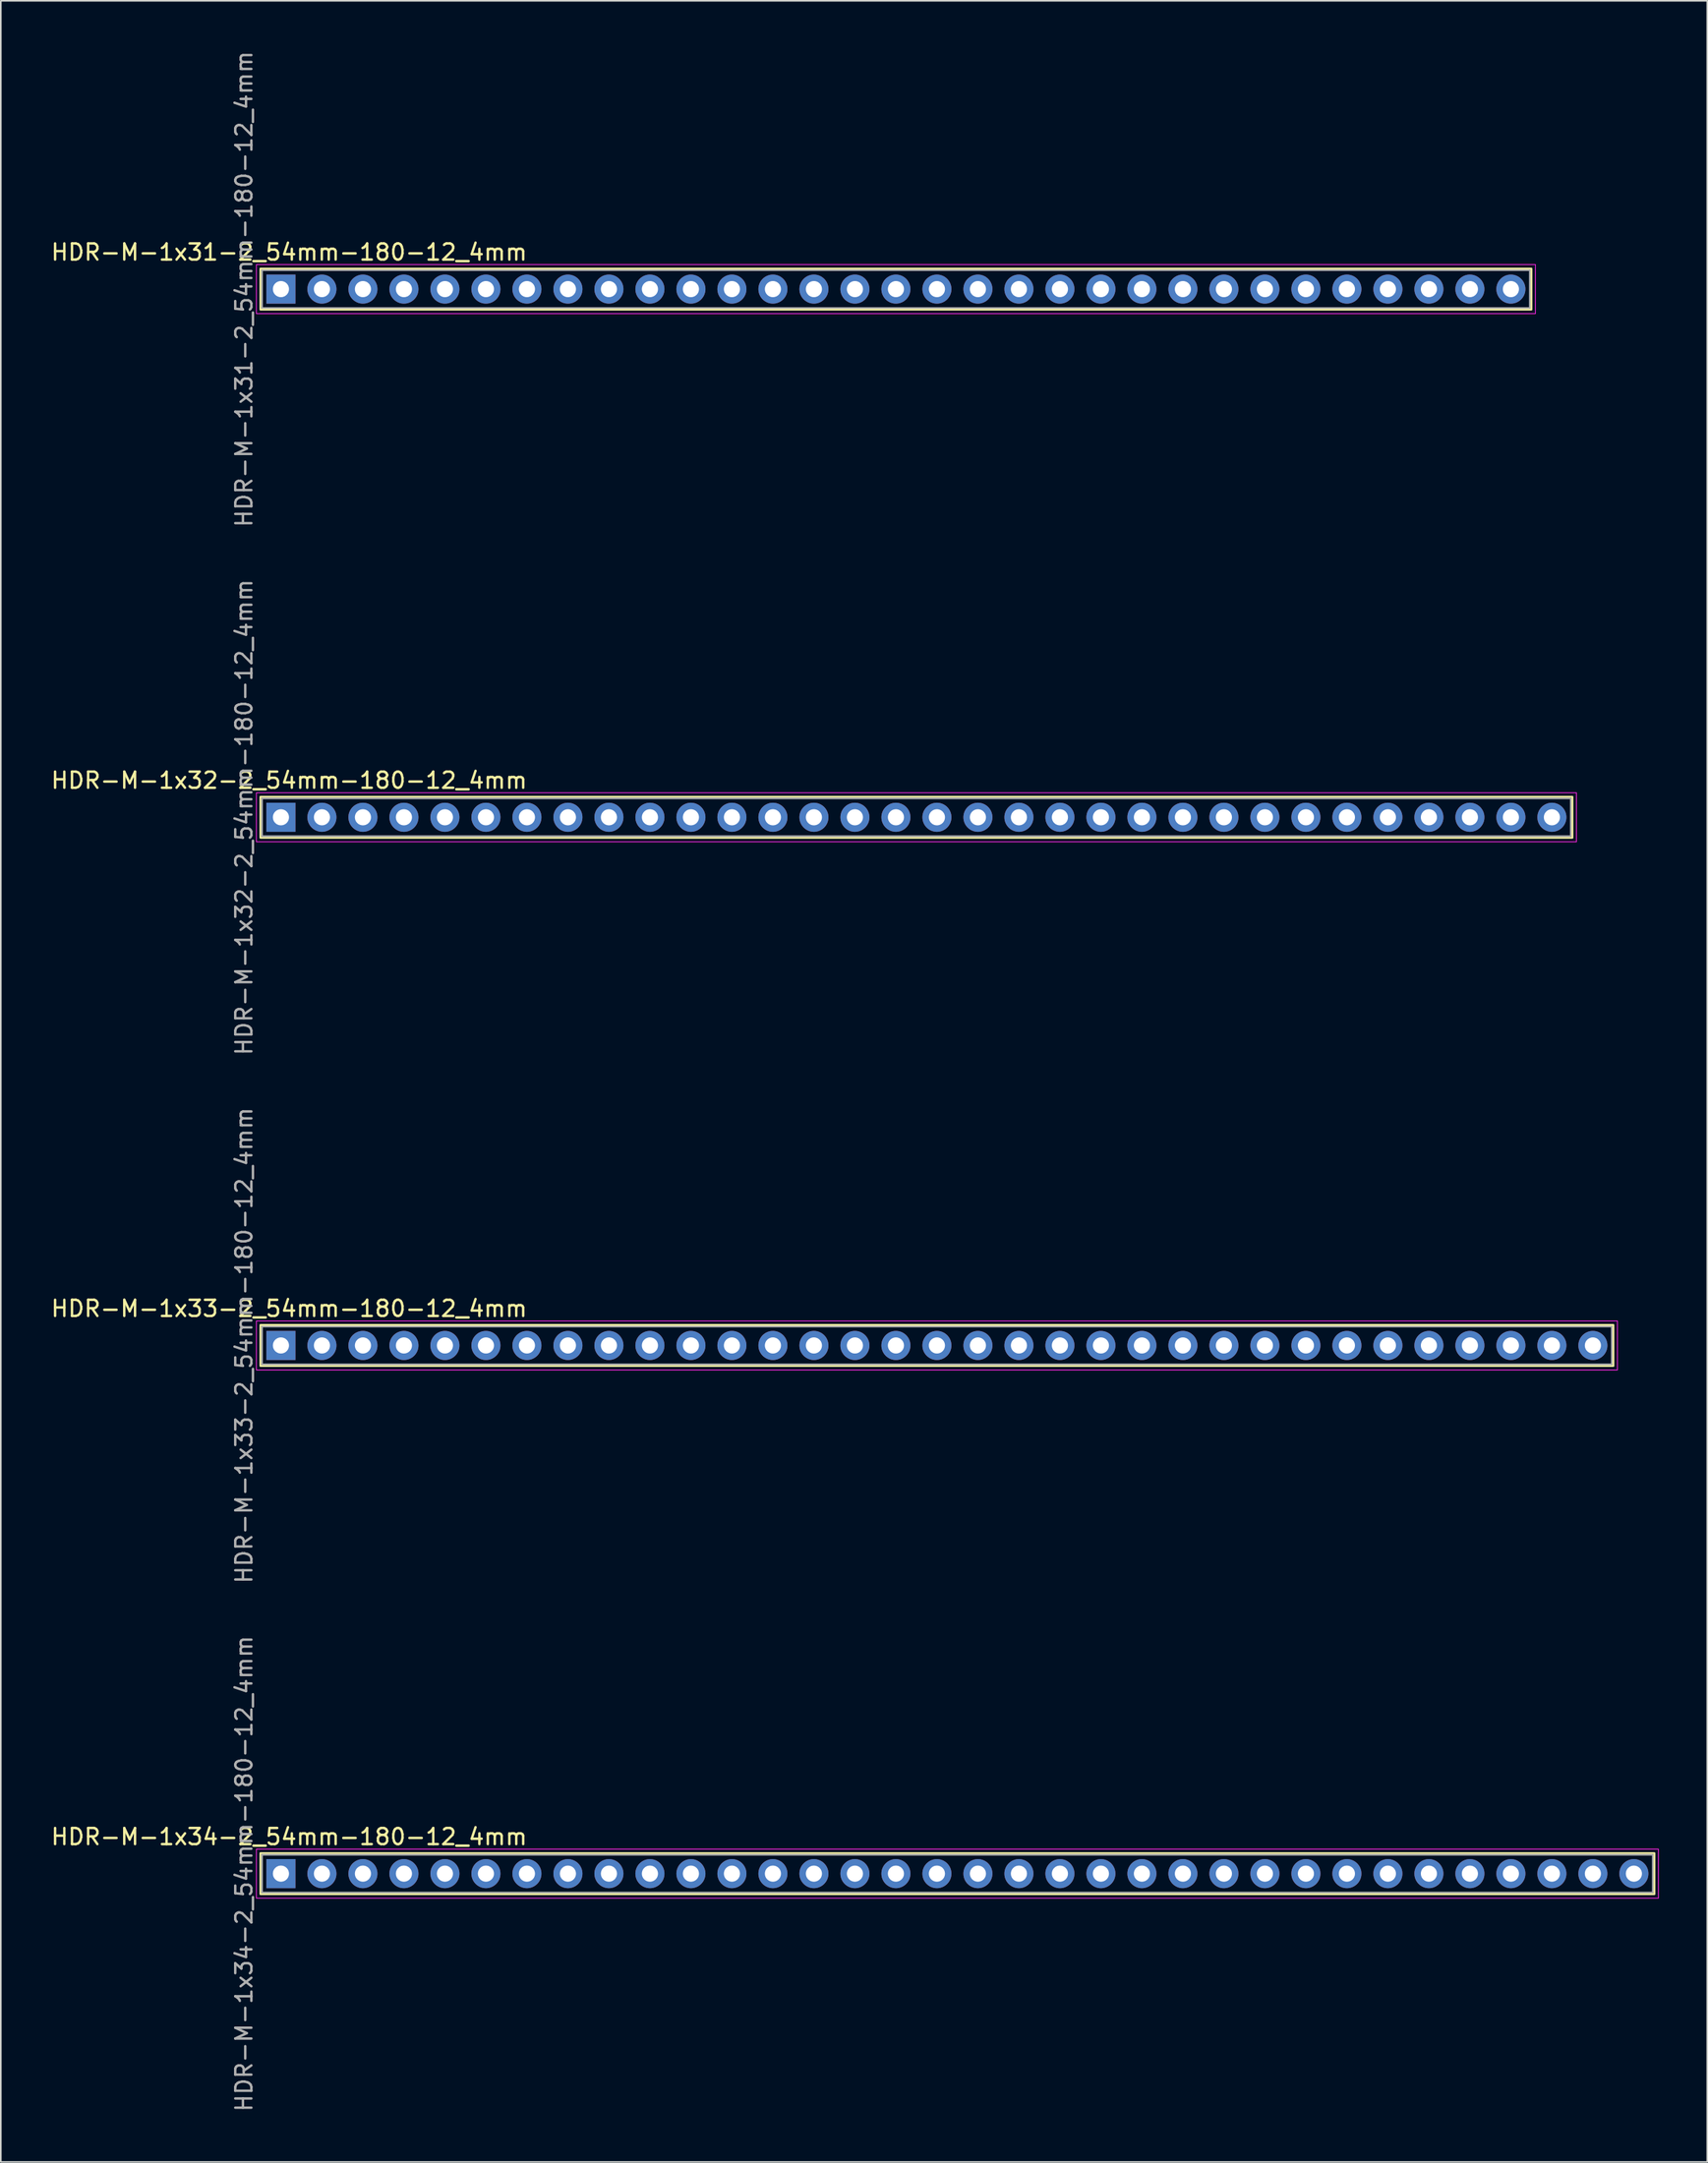
<source format=kicad_pcb>
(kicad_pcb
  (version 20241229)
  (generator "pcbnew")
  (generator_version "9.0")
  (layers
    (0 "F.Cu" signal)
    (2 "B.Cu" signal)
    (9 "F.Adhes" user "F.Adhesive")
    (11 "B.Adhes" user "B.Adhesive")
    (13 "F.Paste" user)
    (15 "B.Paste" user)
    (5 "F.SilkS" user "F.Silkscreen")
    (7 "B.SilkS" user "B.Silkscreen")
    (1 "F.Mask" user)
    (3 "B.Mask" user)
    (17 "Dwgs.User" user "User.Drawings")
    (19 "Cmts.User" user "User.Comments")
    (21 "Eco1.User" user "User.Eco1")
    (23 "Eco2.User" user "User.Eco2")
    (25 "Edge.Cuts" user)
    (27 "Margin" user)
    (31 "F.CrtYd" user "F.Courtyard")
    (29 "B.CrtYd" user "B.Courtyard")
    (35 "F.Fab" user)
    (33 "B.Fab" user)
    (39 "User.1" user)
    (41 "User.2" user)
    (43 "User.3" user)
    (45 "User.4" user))
  (footprint "HDR-M-1x34-2_54mm-180-12_4mm"
    (layer "F.Cu")
    (at 14.355 113.042)
    (property "Reference" "HDR-M-1x34-2_54mm-180-12_4mm" (at 0.508 -2.286 0) (unlocked yes) (layer "F.SilkS") (effects (font (size 1 1) (thickness 0.15))))
    (attr through_hole)
    (fp_rect (start -1.27 -1.27) (end 85.09 1.27) (stroke (width 0.12) (type solid)) (fill no) (layer "F.SilkS"))
    (fp_rect (start -1.52 -1.52) (end 85.34 1.52) (stroke (width 0.05) (type solid)) (fill no) (layer "F.CrtYd"))
    (fp_rect (start -1.17 -1.17) (end 84.99 1.17) (stroke (width 0.1) (type solid)) (fill no) (layer "F.Fab"))
    (fp_text user "${REFERENCE}" (at -2.286 0 90) (unlocked yes) (layer "F.Fab") (effects (font (size 1 1) (thickness 0.15))))
    (pad "1" thru_hole rect (at 0 0) (size 1.8 1.8) (drill 1) (layers "*.Cu" "*.Mask"))
    (pad "2" thru_hole circle (at 2.54 0) (size 1.8 1.8) (drill 1) (layers "*.Cu" "*.Mask"))
    (pad "3" thru_hole circle (at 5.08 0) (size 1.8 1.8) (drill 1) (layers "*.Cu" "*.Mask"))
    (pad "4" thru_hole circle (at 7.62 0) (size 1.8 1.8) (drill 1) (layers "*.Cu" "*.Mask"))
    (pad "5" thru_hole circle (at 10.16 0) (size 1.8 1.8) (drill 1) (layers "*.Cu" "*.Mask"))
    (pad "6" thru_hole circle (at 12.7 0) (size 1.8 1.8) (drill 1) (layers "*.Cu" "*.Mask"))
    (pad "7" thru_hole circle (at 15.24 0) (size 1.8 1.8) (drill 1) (layers "*.Cu" "*.Mask"))
    (pad "8" thru_hole circle (at 17.78 0) (size 1.8 1.8) (drill 1) (layers "*.Cu" "*.Mask"))
    (pad "9" thru_hole circle (at 20.32 0) (size 1.8 1.8) (drill 1) (layers "*.Cu" "*.Mask"))
    (pad "10" thru_hole circle (at 22.86 0) (size 1.8 1.8) (drill 1) (layers "*.Cu" "*.Mask"))
    (pad "11" thru_hole circle (at 25.4 0) (size 1.8 1.8) (drill 1) (layers "*.Cu" "*.Mask"))
    (pad "12" thru_hole circle (at 27.94 0) (size 1.8 1.8) (drill 1) (layers "*.Cu" "*.Mask"))
    (pad "13" thru_hole circle (at 30.48 0) (size 1.8 1.8) (drill 1) (layers "*.Cu" "*.Mask"))
    (pad "14" thru_hole circle (at 33.02 0) (size 1.8 1.8) (drill 1) (layers "*.Cu" "*.Mask"))
    (pad "15" thru_hole circle (at 35.56 0) (size 1.8 1.8) (drill 1) (layers "*.Cu" "*.Mask"))
    (pad "16" thru_hole circle (at 38.1 0) (size 1.8 1.8) (drill 1) (layers "*.Cu" "*.Mask"))
    (pad "17" thru_hole circle (at 40.64 0) (size 1.8 1.8) (drill 1) (layers "*.Cu" "*.Mask"))
    (pad "18" thru_hole circle (at 43.18 0) (size 1.8 1.8) (drill 1) (layers "*.Cu" "*.Mask"))
    (pad "19" thru_hole circle (at 45.72 0) (size 1.8 1.8) (drill 1) (layers "*.Cu" "*.Mask"))
    (pad "20" thru_hole circle (at 48.26 0) (size 1.8 1.8) (drill 1) (layers "*.Cu" "*.Mask"))
    (pad "21" thru_hole circle (at 50.8 0) (size 1.8 1.8) (drill 1) (layers "*.Cu" "*.Mask"))
    (pad "22" thru_hole circle (at 53.34 0) (size 1.8 1.8) (drill 1) (layers "*.Cu" "*.Mask"))
    (pad "23" thru_hole circle (at 55.88 0) (size 1.8 1.8) (drill 1) (layers "*.Cu" "*.Mask"))
    (pad "24" thru_hole circle (at 58.42 0) (size 1.8 1.8) (drill 1) (layers "*.Cu" "*.Mask"))
    (pad "25" thru_hole circle (at 60.96 0) (size 1.8 1.8) (drill 1) (layers "*.Cu" "*.Mask"))
    (pad "26" thru_hole circle (at 63.5 0) (size 1.8 1.8) (drill 1) (layers "*.Cu" "*.Mask"))
    (pad "27" thru_hole circle (at 66.04 0) (size 1.8 1.8) (drill 1) (layers "*.Cu" "*.Mask"))
    (pad "28" thru_hole circle (at 68.58 0) (size 1.8 1.8) (drill 1) (layers "*.Cu" "*.Mask"))
    (pad "29" thru_hole circle (at 71.12 0) (size 1.8 1.8) (drill 1) (layers "*.Cu" "*.Mask"))
    (pad "30" thru_hole circle (at 73.66 0) (size 1.8 1.8) (drill 1) (layers "*.Cu" "*.Mask"))
    (pad "31" thru_hole circle (at 76.2 0) (size 1.8 1.8) (drill 1) (layers "*.Cu" "*.Mask"))
    (pad "32" thru_hole circle (at 78.74 0) (size 1.8 1.8) (drill 1) (layers "*.Cu" "*.Mask"))
    (pad "33" thru_hole circle (at 81.28 0) (size 1.8 1.8) (drill 1) (layers "*.Cu" "*.Mask"))
    (pad "34" thru_hole circle (at 83.82 0) (size 1.8 1.8) (drill 1) (layers "*.Cu" "*.Mask")))
  (footprint "HDR-M-1x31-2_54mm-180-12_4mm"
    (layer "F.Cu")
    (at 14.355 14.863)
    (property "Reference" "HDR-M-1x31-2_54mm-180-12_4mm" (at 0.508 -2.286 0) (unlocked yes) (layer "F.SilkS") (effects (font (size 1 1) (thickness 0.15))))
    (attr through_hole)
    (fp_rect (start -1.27 -1.27) (end 77.47 1.27) (stroke (width 0.12) (type solid)) (fill no) (layer "F.SilkS"))
    (fp_rect (start -1.52 -1.52) (end 77.72 1.52) (stroke (width 0.05) (type solid)) (fill no) (layer "F.CrtYd"))
    (fp_rect (start -1.17 -1.17) (end 77.37 1.17) (stroke (width 0.1) (type solid)) (fill no) (layer "F.Fab"))
    (fp_text user "${REFERENCE}" (at -2.286 0 90) (unlocked yes) (layer "F.Fab") (effects (font (size 1 1) (thickness 0.15))))
    (pad "1" thru_hole rect (at 0 0) (size 1.8 1.8) (drill 1) (layers "*.Cu" "*.Mask"))
    (pad "2" thru_hole circle (at 2.54 0) (size 1.8 1.8) (drill 1) (layers "*.Cu" "*.Mask"))
    (pad "3" thru_hole circle (at 5.08 0) (size 1.8 1.8) (drill 1) (layers "*.Cu" "*.Mask"))
    (pad "4" thru_hole circle (at 7.62 0) (size 1.8 1.8) (drill 1) (layers "*.Cu" "*.Mask"))
    (pad "5" thru_hole circle (at 10.16 0) (size 1.8 1.8) (drill 1) (layers "*.Cu" "*.Mask"))
    (pad "6" thru_hole circle (at 12.7 0) (size 1.8 1.8) (drill 1) (layers "*.Cu" "*.Mask"))
    (pad "7" thru_hole circle (at 15.24 0) (size 1.8 1.8) (drill 1) (layers "*.Cu" "*.Mask"))
    (pad "8" thru_hole circle (at 17.78 0) (size 1.8 1.8) (drill 1) (layers "*.Cu" "*.Mask"))
    (pad "9" thru_hole circle (at 20.32 0) (size 1.8 1.8) (drill 1) (layers "*.Cu" "*.Mask"))
    (pad "10" thru_hole circle (at 22.86 0) (size 1.8 1.8) (drill 1) (layers "*.Cu" "*.Mask"))
    (pad "11" thru_hole circle (at 25.4 0) (size 1.8 1.8) (drill 1) (layers "*.Cu" "*.Mask"))
    (pad "12" thru_hole circle (at 27.94 0) (size 1.8 1.8) (drill 1) (layers "*.Cu" "*.Mask"))
    (pad "13" thru_hole circle (at 30.48 0) (size 1.8 1.8) (drill 1) (layers "*.Cu" "*.Mask"))
    (pad "14" thru_hole circle (at 33.02 0) (size 1.8 1.8) (drill 1) (layers "*.Cu" "*.Mask"))
    (pad "15" thru_hole circle (at 35.56 0) (size 1.8 1.8) (drill 1) (layers "*.Cu" "*.Mask"))
    (pad "16" thru_hole circle (at 38.1 0) (size 1.8 1.8) (drill 1) (layers "*.Cu" "*.Mask"))
    (pad "17" thru_hole circle (at 40.64 0) (size 1.8 1.8) (drill 1) (layers "*.Cu" "*.Mask"))
    (pad "18" thru_hole circle (at 43.18 0) (size 1.8 1.8) (drill 1) (layers "*.Cu" "*.Mask"))
    (pad "19" thru_hole circle (at 45.72 0) (size 1.8 1.8) (drill 1) (layers "*.Cu" "*.Mask"))
    (pad "20" thru_hole circle (at 48.26 0) (size 1.8 1.8) (drill 1) (layers "*.Cu" "*.Mask"))
    (pad "21" thru_hole circle (at 50.8 0) (size 1.8 1.8) (drill 1) (layers "*.Cu" "*.Mask"))
    (pad "22" thru_hole circle (at 53.34 0) (size 1.8 1.8) (drill 1) (layers "*.Cu" "*.Mask"))
    (pad "23" thru_hole circle (at 55.88 0) (size 1.8 1.8) (drill 1) (layers "*.Cu" "*.Mask"))
    (pad "24" thru_hole circle (at 58.42 0) (size 1.8 1.8) (drill 1) (layers "*.Cu" "*.Mask"))
    (pad "25" thru_hole circle (at 60.96 0) (size 1.8 1.8) (drill 1) (layers "*.Cu" "*.Mask"))
    (pad "26" thru_hole circle (at 63.5 0) (size 1.8 1.8) (drill 1) (layers "*.Cu" "*.Mask"))
    (pad "27" thru_hole circle (at 66.04 0) (size 1.8 1.8) (drill 1) (layers "*.Cu" "*.Mask"))
    (pad "28" thru_hole circle (at 68.58 0) (size 1.8 1.8) (drill 1) (layers "*.Cu" "*.Mask"))
    (pad "29" thru_hole circle (at 71.12 0) (size 1.8 1.8) (drill 1) (layers "*.Cu" "*.Mask"))
    (pad "30" thru_hole circle (at 73.66 0) (size 1.8 1.8) (drill 1) (layers "*.Cu" "*.Mask"))
    (pad "31" thru_hole circle (at 76.2 0) (size 1.8 1.8) (drill 1) (layers "*.Cu" "*.Mask")))
  (footprint "HDR-M-1x32-2_54mm-180-12_4mm"
    (layer "F.Cu")
    (at 14.355 47.589)
    (property "Reference" "HDR-M-1x32-2_54mm-180-12_4mm" (at 0.508 -2.286 0) (unlocked yes) (layer "F.SilkS") (effects (font (size 1 1) (thickness 0.15))))
    (attr through_hole)
    (fp_rect (start -1.27 -1.27) (end 80.01 1.27) (stroke (width 0.12) (type solid)) (fill no) (layer "F.SilkS"))
    (fp_rect (start -1.52 -1.52) (end 80.26 1.52) (stroke (width 0.05) (type solid)) (fill no) (layer "F.CrtYd"))
    (fp_rect (start -1.17 -1.17) (end 79.91 1.17) (stroke (width 0.1) (type solid)) (fill no) (layer "F.Fab"))
    (fp_text user "${REFERENCE}" (at -2.286 0 90) (unlocked yes) (layer "F.Fab") (effects (font (size 1 1) (thickness 0.15))))
    (pad "1" thru_hole rect (at 0 0) (size 1.8 1.8) (drill 1) (layers "*.Cu" "*.Mask"))
    (pad "2" thru_hole circle (at 2.54 0) (size 1.8 1.8) (drill 1) (layers "*.Cu" "*.Mask"))
    (pad "3" thru_hole circle (at 5.08 0) (size 1.8 1.8) (drill 1) (layers "*.Cu" "*.Mask"))
    (pad "4" thru_hole circle (at 7.62 0) (size 1.8 1.8) (drill 1) (layers "*.Cu" "*.Mask"))
    (pad "5" thru_hole circle (at 10.16 0) (size 1.8 1.8) (drill 1) (layers "*.Cu" "*.Mask"))
    (pad "6" thru_hole circle (at 12.7 0) (size 1.8 1.8) (drill 1) (layers "*.Cu" "*.Mask"))
    (pad "7" thru_hole circle (at 15.24 0) (size 1.8 1.8) (drill 1) (layers "*.Cu" "*.Mask"))
    (pad "8" thru_hole circle (at 17.78 0) (size 1.8 1.8) (drill 1) (layers "*.Cu" "*.Mask"))
    (pad "9" thru_hole circle (at 20.32 0) (size 1.8 1.8) (drill 1) (layers "*.Cu" "*.Mask"))
    (pad "10" thru_hole circle (at 22.86 0) (size 1.8 1.8) (drill 1) (layers "*.Cu" "*.Mask"))
    (pad "11" thru_hole circle (at 25.4 0) (size 1.8 1.8) (drill 1) (layers "*.Cu" "*.Mask"))
    (pad "12" thru_hole circle (at 27.94 0) (size 1.8 1.8) (drill 1) (layers "*.Cu" "*.Mask"))
    (pad "13" thru_hole circle (at 30.48 0) (size 1.8 1.8) (drill 1) (layers "*.Cu" "*.Mask"))
    (pad "14" thru_hole circle (at 33.02 0) (size 1.8 1.8) (drill 1) (layers "*.Cu" "*.Mask"))
    (pad "15" thru_hole circle (at 35.56 0) (size 1.8 1.8) (drill 1) (layers "*.Cu" "*.Mask"))
    (pad "16" thru_hole circle (at 38.1 0) (size 1.8 1.8) (drill 1) (layers "*.Cu" "*.Mask"))
    (pad "17" thru_hole circle (at 40.64 0) (size 1.8 1.8) (drill 1) (layers "*.Cu" "*.Mask"))
    (pad "18" thru_hole circle (at 43.18 0) (size 1.8 1.8) (drill 1) (layers "*.Cu" "*.Mask"))
    (pad "19" thru_hole circle (at 45.72 0) (size 1.8 1.8) (drill 1) (layers "*.Cu" "*.Mask"))
    (pad "20" thru_hole circle (at 48.26 0) (size 1.8 1.8) (drill 1) (layers "*.Cu" "*.Mask"))
    (pad "21" thru_hole circle (at 50.8 0) (size 1.8 1.8) (drill 1) (layers "*.Cu" "*.Mask"))
    (pad "22" thru_hole circle (at 53.34 0) (size 1.8 1.8) (drill 1) (layers "*.Cu" "*.Mask"))
    (pad "23" thru_hole circle (at 55.88 0) (size 1.8 1.8) (drill 1) (layers "*.Cu" "*.Mask"))
    (pad "24" thru_hole circle (at 58.42 0) (size 1.8 1.8) (drill 1) (layers "*.Cu" "*.Mask"))
    (pad "25" thru_hole circle (at 60.96 0) (size 1.8 1.8) (drill 1) (layers "*.Cu" "*.Mask"))
    (pad "26" thru_hole circle (at 63.5 0) (size 1.8 1.8) (drill 1) (layers "*.Cu" "*.Mask"))
    (pad "27" thru_hole circle (at 66.04 0) (size 1.8 1.8) (drill 1) (layers "*.Cu" "*.Mask"))
    (pad "28" thru_hole circle (at 68.58 0) (size 1.8 1.8) (drill 1) (layers "*.Cu" "*.Mask"))
    (pad "29" thru_hole circle (at 71.12 0) (size 1.8 1.8) (drill 1) (layers "*.Cu" "*.Mask"))
    (pad "30" thru_hole circle (at 73.66 0) (size 1.8 1.8) (drill 1) (layers "*.Cu" "*.Mask"))
    (pad "31" thru_hole circle (at 76.2 0) (size 1.8 1.8) (drill 1) (layers "*.Cu" "*.Mask"))
    (pad "32" thru_hole circle (at 78.74 0) (size 1.8 1.8) (drill 1) (layers "*.Cu" "*.Mask")))
  (footprint "HDR-M-1x33-2_54mm-180-12_4mm"
    (layer "F.Cu")
    (at 14.355 80.315)
    (property "Reference" "HDR-M-1x33-2_54mm-180-12_4mm" (at 0.508 -2.286 0) (unlocked yes) (layer "F.SilkS") (effects (font (size 1 1) (thickness 0.15))))
    (attr through_hole)
    (fp_rect (start -1.27 -1.27) (end 82.55 1.27) (stroke (width 0.12) (type solid)) (fill no) (layer "F.SilkS"))
    (fp_rect (start -1.52 -1.52) (end 82.8 1.52) (stroke (width 0.05) (type solid)) (fill no) (layer "F.CrtYd"))
    (fp_rect (start -1.17 -1.17) (end 82.45 1.17) (stroke (width 0.1) (type solid)) (fill no) (layer "F.Fab"))
    (fp_text user "${REFERENCE}" (at -2.286 0 90) (unlocked yes) (layer "F.Fab") (effects (font (size 1 1) (thickness 0.15))))
    (pad "1" thru_hole rect (at 0 0) (size 1.8 1.8) (drill 1) (layers "*.Cu" "*.Mask"))
    (pad "2" thru_hole circle (at 2.54 0) (size 1.8 1.8) (drill 1) (layers "*.Cu" "*.Mask"))
    (pad "3" thru_hole circle (at 5.08 0) (size 1.8 1.8) (drill 1) (layers "*.Cu" "*.Mask"))
    (pad "4" thru_hole circle (at 7.62 0) (size 1.8 1.8) (drill 1) (layers "*.Cu" "*.Mask"))
    (pad "5" thru_hole circle (at 10.16 0) (size 1.8 1.8) (drill 1) (layers "*.Cu" "*.Mask"))
    (pad "6" thru_hole circle (at 12.7 0) (size 1.8 1.8) (drill 1) (layers "*.Cu" "*.Mask"))
    (pad "7" thru_hole circle (at 15.24 0) (size 1.8 1.8) (drill 1) (layers "*.Cu" "*.Mask"))
    (pad "8" thru_hole circle (at 17.78 0) (size 1.8 1.8) (drill 1) (layers "*.Cu" "*.Mask"))
    (pad "9" thru_hole circle (at 20.32 0) (size 1.8 1.8) (drill 1) (layers "*.Cu" "*.Mask"))
    (pad "10" thru_hole circle (at 22.86 0) (size 1.8 1.8) (drill 1) (layers "*.Cu" "*.Mask"))
    (pad "11" thru_hole circle (at 25.4 0) (size 1.8 1.8) (drill 1) (layers "*.Cu" "*.Mask"))
    (pad "12" thru_hole circle (at 27.94 0) (size 1.8 1.8) (drill 1) (layers "*.Cu" "*.Mask"))
    (pad "13" thru_hole circle (at 30.48 0) (size 1.8 1.8) (drill 1) (layers "*.Cu" "*.Mask"))
    (pad "14" thru_hole circle (at 33.02 0) (size 1.8 1.8) (drill 1) (layers "*.Cu" "*.Mask"))
    (pad "15" thru_hole circle (at 35.56 0) (size 1.8 1.8) (drill 1) (layers "*.Cu" "*.Mask"))
    (pad "16" thru_hole circle (at 38.1 0) (size 1.8 1.8) (drill 1) (layers "*.Cu" "*.Mask"))
    (pad "17" thru_hole circle (at 40.64 0) (size 1.8 1.8) (drill 1) (layers "*.Cu" "*.Mask"))
    (pad "18" thru_hole circle (at 43.18 0) (size 1.8 1.8) (drill 1) (layers "*.Cu" "*.Mask"))
    (pad "19" thru_hole circle (at 45.72 0) (size 1.8 1.8) (drill 1) (layers "*.Cu" "*.Mask"))
    (pad "20" thru_hole circle (at 48.26 0) (size 1.8 1.8) (drill 1) (layers "*.Cu" "*.Mask"))
    (pad "21" thru_hole circle (at 50.8 0) (size 1.8 1.8) (drill 1) (layers "*.Cu" "*.Mask"))
    (pad "22" thru_hole circle (at 53.34 0) (size 1.8 1.8) (drill 1) (layers "*.Cu" "*.Mask"))
    (pad "23" thru_hole circle (at 55.88 0) (size 1.8 1.8) (drill 1) (layers "*.Cu" "*.Mask"))
    (pad "24" thru_hole circle (at 58.42 0) (size 1.8 1.8) (drill 1) (layers "*.Cu" "*.Mask"))
    (pad "25" thru_hole circle (at 60.96 0) (size 1.8 1.8) (drill 1) (layers "*.Cu" "*.Mask"))
    (pad "26" thru_hole circle (at 63.5 0) (size 1.8 1.8) (drill 1) (layers "*.Cu" "*.Mask"))
    (pad "27" thru_hole circle (at 66.04 0) (size 1.8 1.8) (drill 1) (layers "*.Cu" "*.Mask"))
    (pad "28" thru_hole circle (at 68.58 0) (size 1.8 1.8) (drill 1) (layers "*.Cu" "*.Mask"))
    (pad "29" thru_hole circle (at 71.12 0) (size 1.8 1.8) (drill 1) (layers "*.Cu" "*.Mask"))
    (pad "30" thru_hole circle (at 73.66 0) (size 1.8 1.8) (drill 1) (layers "*.Cu" "*.Mask"))
    (pad "31" thru_hole circle (at 76.2 0) (size 1.8 1.8) (drill 1) (layers "*.Cu" "*.Mask"))
    (pad "32" thru_hole circle (at 78.74 0) (size 1.8 1.8) (drill 1) (layers "*.Cu" "*.Mask"))
    (pad "33" thru_hole circle (at 81.28 0) (size 1.8 1.8) (drill 1) (layers "*.Cu" "*.Mask")))
  (gr_rect
    (start -3 -3)
    (end 102.72 130.905)
    (stroke (width 0.1) (type default))
    (fill no)
    (layer "Edge.Cuts")))
</source>
